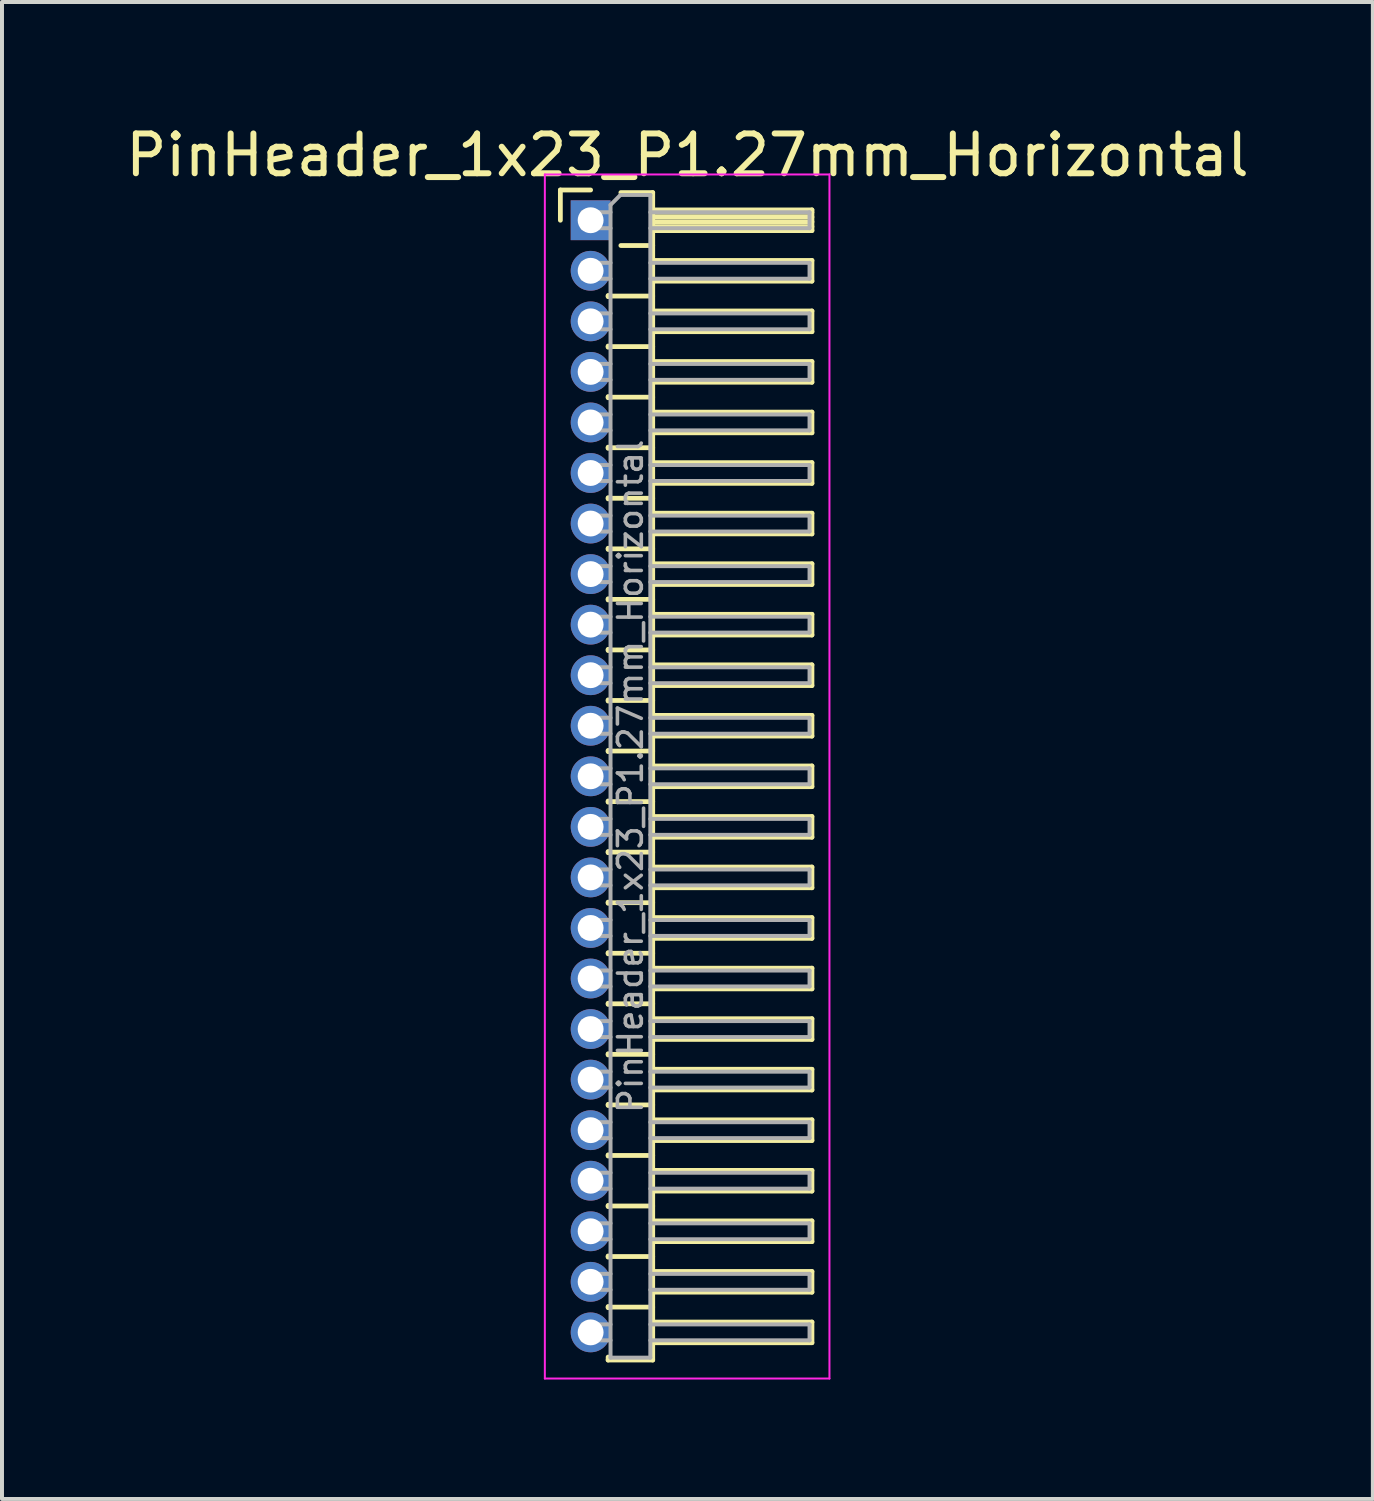
<source format=kicad_pcb>
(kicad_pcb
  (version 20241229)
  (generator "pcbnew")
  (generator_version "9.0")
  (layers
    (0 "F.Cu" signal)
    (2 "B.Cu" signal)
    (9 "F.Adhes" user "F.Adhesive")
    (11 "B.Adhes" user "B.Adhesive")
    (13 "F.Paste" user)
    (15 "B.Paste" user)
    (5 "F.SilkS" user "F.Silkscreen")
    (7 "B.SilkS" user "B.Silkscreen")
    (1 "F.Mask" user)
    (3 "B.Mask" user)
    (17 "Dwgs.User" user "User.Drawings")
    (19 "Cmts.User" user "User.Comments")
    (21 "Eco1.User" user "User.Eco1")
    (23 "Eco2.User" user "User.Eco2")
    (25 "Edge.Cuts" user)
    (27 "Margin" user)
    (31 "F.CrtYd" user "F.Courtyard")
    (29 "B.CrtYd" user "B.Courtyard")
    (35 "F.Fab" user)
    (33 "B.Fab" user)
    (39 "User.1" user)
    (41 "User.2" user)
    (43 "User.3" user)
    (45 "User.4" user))
  (footprint "PinHeader_1x23_P1.27mm_Horizontal"
    (layer "F.Cu")
    (at 11.788 2.483)
    (property "Reference" "PinHeader_1x23_P1.27mm_Horizontal" (at 2.433 -1.635 0) (layer "F.SilkS") (effects (font (size 1 1) (thickness 0.15))))
    (attr through_hole)
    (fp_line (start -0.76 -0.76) (end 0 -0.76) (stroke (width 0.12) (type solid)) (layer "F.SilkS"))
    (fp_line (start -0.76 0) (end -0.76 -0.76) (stroke (width 0.12) (type solid)) (layer "F.SilkS"))
    (fp_line (start 0.44 1.89) (end 0.44 1.92) (stroke (width 0.12) (type solid)) (layer "F.SilkS"))
    (fp_line (start 0.44 1.905) (end 1.56 1.905) (stroke (width 0.12) (type solid)) (layer "F.SilkS"))
    (fp_line (start 0.44 3.16) (end 0.44 3.19) (stroke (width 0.12) (type solid)) (layer "F.SilkS"))
    (fp_line (start 0.44 3.175) (end 1.56 3.175) (stroke (width 0.12) (type solid)) (layer "F.SilkS"))
    (fp_line (start 0.44 4.43) (end 0.44 4.46) (stroke (width 0.12) (type solid)) (layer "F.SilkS"))
    (fp_line (start 0.44 4.445) (end 1.56 4.445) (stroke (width 0.12) (type solid)) (layer "F.SilkS"))
    (fp_line (start 0.44 5.7) (end 0.44 5.73) (stroke (width 0.12) (type solid)) (layer "F.SilkS"))
    (fp_line (start 0.44 5.715) (end 1.56 5.715) (stroke (width 0.12) (type solid)) (layer "F.SilkS"))
    (fp_line (start 0.44 6.97) (end 0.44 7) (stroke (width 0.12) (type solid)) (layer "F.SilkS"))
    (fp_line (start 0.44 6.985) (end 1.56 6.985) (stroke (width 0.12) (type solid)) (layer "F.SilkS"))
    (fp_line (start 0.44 8.24) (end 0.44 8.27) (stroke (width 0.12) (type solid)) (layer "F.SilkS"))
    (fp_line (start 0.44 8.255) (end 1.56 8.255) (stroke (width 0.12) (type solid)) (layer "F.SilkS"))
    (fp_line (start 0.44 9.51) (end 0.44 9.54) (stroke (width 0.12) (type solid)) (layer "F.SilkS"))
    (fp_line (start 0.44 9.525) (end 1.56 9.525) (stroke (width 0.12) (type solid)) (layer "F.SilkS"))
    (fp_line (start 0.44 10.78) (end 0.44 10.81) (stroke (width 0.12) (type solid)) (layer "F.SilkS"))
    (fp_line (start 0.44 10.795) (end 1.56 10.795) (stroke (width 0.12) (type solid)) (layer "F.SilkS"))
    (fp_line (start 0.44 12.05) (end 0.44 12.08) (stroke (width 0.12) (type solid)) (layer "F.SilkS"))
    (fp_line (start 0.44 12.065) (end 1.56 12.065) (stroke (width 0.12) (type solid)) (layer "F.SilkS"))
    (fp_line (start 0.44 13.32) (end 0.44 13.35) (stroke (width 0.12) (type solid)) (layer "F.SilkS"))
    (fp_line (start 0.44 13.335) (end 1.56 13.335) (stroke (width 0.12) (type solid)) (layer "F.SilkS"))
    (fp_line (start 0.44 14.59) (end 0.44 14.62) (stroke (width 0.12) (type solid)) (layer "F.SilkS"))
    (fp_line (start 0.44 14.605) (end 1.56 14.605) (stroke (width 0.12) (type solid)) (layer "F.SilkS"))
    (fp_line (start 0.44 15.86) (end 0.44 15.89) (stroke (width 0.12) (type solid)) (layer "F.SilkS"))
    (fp_line (start 0.44 15.875) (end 1.56 15.875) (stroke (width 0.12) (type solid)) (layer "F.SilkS"))
    (fp_line (start 0.44 17.13) (end 0.44 17.16) (stroke (width 0.12) (type solid)) (layer "F.SilkS"))
    (fp_line (start 0.44 17.145) (end 1.56 17.145) (stroke (width 0.12) (type solid)) (layer "F.SilkS"))
    (fp_line (start 0.44 18.4) (end 0.44 18.43) (stroke (width 0.12) (type solid)) (layer "F.SilkS"))
    (fp_line (start 0.44 18.415) (end 1.56 18.415) (stroke (width 0.12) (type solid)) (layer "F.SilkS"))
    (fp_line (start 0.44 19.67) (end 0.44 19.7) (stroke (width 0.12) (type solid)) (layer "F.SilkS"))
    (fp_line (start 0.44 19.685) (end 1.56 19.685) (stroke (width 0.12) (type solid)) (layer "F.SilkS"))
    (fp_line (start 0.44 20.94) (end 0.44 20.97) (stroke (width 0.12) (type solid)) (layer "F.SilkS"))
    (fp_line (start 0.44 20.955) (end 1.56 20.955) (stroke (width 0.12) (type solid)) (layer "F.SilkS"))
    (fp_line (start 0.44 22.21) (end 0.44 22.24) (stroke (width 0.12) (type solid)) (layer "F.SilkS"))
    (fp_line (start 0.44 22.225) (end 1.56 22.225) (stroke (width 0.12) (type solid)) (layer "F.SilkS"))
    (fp_line (start 0.44 23.48) (end 0.44 23.51) (stroke (width 0.12) (type solid)) (layer "F.SilkS"))
    (fp_line (start 0.44 23.495) (end 1.56 23.495) (stroke (width 0.12) (type solid)) (layer "F.SilkS"))
    (fp_line (start 0.44 24.75) (end 0.44 24.78) (stroke (width 0.12) (type solid)) (layer "F.SilkS"))
    (fp_line (start 0.44 24.765) (end 1.56 24.765) (stroke (width 0.12) (type solid)) (layer "F.SilkS"))
    (fp_line (start 0.44 26.02) (end 0.44 26.05) (stroke (width 0.12) (type solid)) (layer "F.SilkS"))
    (fp_line (start 0.44 26.035) (end 1.56 26.035) (stroke (width 0.12) (type solid)) (layer "F.SilkS"))
    (fp_line (start 0.44 27.29) (end 0.44 27.32) (stroke (width 0.12) (type solid)) (layer "F.SilkS"))
    (fp_line (start 0.44 27.305) (end 1.56 27.305) (stroke (width 0.12) (type solid)) (layer "F.SilkS"))
    (fp_line (start 0.44 28.635) (end 0.44 28.56) (stroke (width 0.12) (type solid)) (layer "F.SilkS"))
    (fp_line (start 0.76 -0.695) (end 1.56 -0.695) (stroke (width 0.12) (type solid)) (layer "F.SilkS"))
    (fp_line (start 0.76 0.635) (end 1.56 0.635) (stroke (width 0.12) (type solid)) (layer "F.SilkS"))
    (fp_line (start 1.56 -0.695) (end 1.56 28.635) (stroke (width 0.12) (type solid)) (layer "F.SilkS"))
    (fp_line (start 1.56 -0.26) (end 5.56 -0.26) (stroke (width 0.12) (type solid)) (layer "F.SilkS"))
    (fp_line (start 1.56 -0.2) (end 5.56 -0.2) (stroke (width 0.12) (type solid)) (layer "F.SilkS"))
    (fp_line (start 1.56 -0.08) (end 5.56 -0.08) (stroke (width 0.12) (type solid)) (layer "F.SilkS"))
    (fp_line (start 1.56 0.04) (end 5.56 0.04) (stroke (width 0.12) (type solid)) (layer "F.SilkS"))
    (fp_line (start 1.56 0.16) (end 5.56 0.16) (stroke (width 0.12) (type solid)) (layer "F.SilkS"))
    (fp_line (start 1.56 1.01) (end 5.56 1.01) (stroke (width 0.12) (type solid)) (layer "F.SilkS"))
    (fp_line (start 1.56 2.28) (end 5.56 2.28) (stroke (width 0.12) (type solid)) (layer "F.SilkS"))
    (fp_line (start 1.56 3.55) (end 5.56 3.55) (stroke (width 0.12) (type solid)) (layer "F.SilkS"))
    (fp_line (start 1.56 4.82) (end 5.56 4.82) (stroke (width 0.12) (type solid)) (layer "F.SilkS"))
    (fp_line (start 1.56 6.09) (end 5.56 6.09) (stroke (width 0.12) (type solid)) (layer "F.SilkS"))
    (fp_line (start 1.56 7.36) (end 5.56 7.36) (stroke (width 0.12) (type solid)) (layer "F.SilkS"))
    (fp_line (start 1.56 8.63) (end 5.56 8.63) (stroke (width 0.12) (type solid)) (layer "F.SilkS"))
    (fp_line (start 1.56 9.9) (end 5.56 9.9) (stroke (width 0.12) (type solid)) (layer "F.SilkS"))
    (fp_line (start 1.56 11.17) (end 5.56 11.17) (stroke (width 0.12) (type solid)) (layer "F.SilkS"))
    (fp_line (start 1.56 12.44) (end 5.56 12.44) (stroke (width 0.12) (type solid)) (layer "F.SilkS"))
    (fp_line (start 1.56 13.71) (end 5.56 13.71) (stroke (width 0.12) (type solid)) (layer "F.SilkS"))
    (fp_line (start 1.56 14.98) (end 5.56 14.98) (stroke (width 0.12) (type solid)) (layer "F.SilkS"))
    (fp_line (start 1.56 16.25) (end 5.56 16.25) (stroke (width 0.12) (type solid)) (layer "F.SilkS"))
    (fp_line (start 1.56 17.52) (end 5.56 17.52) (stroke (width 0.12) (type solid)) (layer "F.SilkS"))
    (fp_line (start 1.56 18.79) (end 5.56 18.79) (stroke (width 0.12) (type solid)) (layer "F.SilkS"))
    (fp_line (start 1.56 20.06) (end 5.56 20.06) (stroke (width 0.12) (type solid)) (layer "F.SilkS"))
    (fp_line (start 1.56 21.33) (end 5.56 21.33) (stroke (width 0.12) (type solid)) (layer "F.SilkS"))
    (fp_line (start 1.56 22.6) (end 5.56 22.6) (stroke (width 0.12) (type solid)) (layer "F.SilkS"))
    (fp_line (start 1.56 23.87) (end 5.56 23.87) (stroke (width 0.12) (type solid)) (layer "F.SilkS"))
    (fp_line (start 1.56 25.14) (end 5.56 25.14) (stroke (width 0.12) (type solid)) (layer "F.SilkS"))
    (fp_line (start 1.56 26.41) (end 5.56 26.41) (stroke (width 0.12) (type solid)) (layer "F.SilkS"))
    (fp_line (start 1.56 27.68) (end 5.56 27.68) (stroke (width 0.12) (type solid)) (layer "F.SilkS"))
    (fp_line (start 1.56 28.635) (end 0.44 28.635) (stroke (width 0.12) (type solid)) (layer "F.SilkS"))
    (fp_line (start 5.56 -0.26) (end 5.56 0.26) (stroke (width 0.12) (type solid)) (layer "F.SilkS"))
    (fp_line (start 5.56 0.26) (end 1.56 0.26) (stroke (width 0.12) (type solid)) (layer "F.SilkS"))
    (fp_line (start 5.56 1.01) (end 5.56 1.53) (stroke (width 0.12) (type solid)) (layer "F.SilkS"))
    (fp_line (start 5.56 1.53) (end 1.56 1.53) (stroke (width 0.12) (type solid)) (layer "F.SilkS"))
    (fp_line (start 5.56 2.28) (end 5.56 2.8) (stroke (width 0.12) (type solid)) (layer "F.SilkS"))
    (fp_line (start 5.56 2.8) (end 1.56 2.8) (stroke (width 0.12) (type solid)) (layer "F.SilkS"))
    (fp_line (start 5.56 3.55) (end 5.56 4.07) (stroke (width 0.12) (type solid)) (layer "F.SilkS"))
    (fp_line (start 5.56 4.07) (end 1.56 4.07) (stroke (width 0.12) (type solid)) (layer "F.SilkS"))
    (fp_line (start 5.56 4.82) (end 5.56 5.34) (stroke (width 0.12) (type solid)) (layer "F.SilkS"))
    (fp_line (start 5.56 5.34) (end 1.56 5.34) (stroke (width 0.12) (type solid)) (layer "F.SilkS"))
    (fp_line (start 5.56 6.09) (end 5.56 6.61) (stroke (width 0.12) (type solid)) (layer "F.SilkS"))
    (fp_line (start 5.56 6.61) (end 1.56 6.61) (stroke (width 0.12) (type solid)) (layer "F.SilkS"))
    (fp_line (start 5.56 7.36) (end 5.56 7.88) (stroke (width 0.12) (type solid)) (layer "F.SilkS"))
    (fp_line (start 5.56 7.88) (end 1.56 7.88) (stroke (width 0.12) (type solid)) (layer "F.SilkS"))
    (fp_line (start 5.56 8.63) (end 5.56 9.15) (stroke (width 0.12) (type solid)) (layer "F.SilkS"))
    (fp_line (start 5.56 9.15) (end 1.56 9.15) (stroke (width 0.12) (type solid)) (layer "F.SilkS"))
    (fp_line (start 5.56 9.9) (end 5.56 10.42) (stroke (width 0.12) (type solid)) (layer "F.SilkS"))
    (fp_line (start 5.56 10.42) (end 1.56 10.42) (stroke (width 0.12) (type solid)) (layer "F.SilkS"))
    (fp_line (start 5.56 11.17) (end 5.56 11.69) (stroke (width 0.12) (type solid)) (layer "F.SilkS"))
    (fp_line (start 5.56 11.69) (end 1.56 11.69) (stroke (width 0.12) (type solid)) (layer "F.SilkS"))
    (fp_line (start 5.56 12.44) (end 5.56 12.96) (stroke (width 0.12) (type solid)) (layer "F.SilkS"))
    (fp_line (start 5.56 12.96) (end 1.56 12.96) (stroke (width 0.12) (type solid)) (layer "F.SilkS"))
    (fp_line (start 5.56 13.71) (end 5.56 14.23) (stroke (width 0.12) (type solid)) (layer "F.SilkS"))
    (fp_line (start 5.56 14.23) (end 1.56 14.23) (stroke (width 0.12) (type solid)) (layer "F.SilkS"))
    (fp_line (start 5.56 14.98) (end 5.56 15.5) (stroke (width 0.12) (type solid)) (layer "F.SilkS"))
    (fp_line (start 5.56 15.5) (end 1.56 15.5) (stroke (width 0.12) (type solid)) (layer "F.SilkS"))
    (fp_line (start 5.56 16.25) (end 5.56 16.77) (stroke (width 0.12) (type solid)) (layer "F.SilkS"))
    (fp_line (start 5.56 16.77) (end 1.56 16.77) (stroke (width 0.12) (type solid)) (layer "F.SilkS"))
    (fp_line (start 5.56 17.52) (end 5.56 18.04) (stroke (width 0.12) (type solid)) (layer "F.SilkS"))
    (fp_line (start 5.56 18.04) (end 1.56 18.04) (stroke (width 0.12) (type solid)) (layer "F.SilkS"))
    (fp_line (start 5.56 18.79) (end 5.56 19.31) (stroke (width 0.12) (type solid)) (layer "F.SilkS"))
    (fp_line (start 5.56 19.31) (end 1.56 19.31) (stroke (width 0.12) (type solid)) (layer "F.SilkS"))
    (fp_line (start 5.56 20.06) (end 5.56 20.58) (stroke (width 0.12) (type solid)) (layer "F.SilkS"))
    (fp_line (start 5.56 20.58) (end 1.56 20.58) (stroke (width 0.12) (type solid)) (layer "F.SilkS"))
    (fp_line (start 5.56 21.33) (end 5.56 21.85) (stroke (width 0.12) (type solid)) (layer "F.SilkS"))
    (fp_line (start 5.56 21.85) (end 1.56 21.85) (stroke (width 0.12) (type solid)) (layer "F.SilkS"))
    (fp_line (start 5.56 22.6) (end 5.56 23.12) (stroke (width 0.12) (type solid)) (layer "F.SilkS"))
    (fp_line (start 5.56 23.12) (end 1.56 23.12) (stroke (width 0.12) (type solid)) (layer "F.SilkS"))
    (fp_line (start 5.56 23.87) (end 5.56 24.39) (stroke (width 0.12) (type solid)) (layer "F.SilkS"))
    (fp_line (start 5.56 24.39) (end 1.56 24.39) (stroke (width 0.12) (type solid)) (layer "F.SilkS"))
    (fp_line (start 5.56 25.14) (end 5.56 25.66) (stroke (width 0.12) (type solid)) (layer "F.SilkS"))
    (fp_line (start 5.56 25.66) (end 1.56 25.66) (stroke (width 0.12) (type solid)) (layer "F.SilkS"))
    (fp_line (start 5.56 26.41) (end 5.56 26.93) (stroke (width 0.12) (type solid)) (layer "F.SilkS"))
    (fp_line (start 5.56 26.93) (end 1.56 26.93) (stroke (width 0.12) (type solid)) (layer "F.SilkS"))
    (fp_line (start 5.56 27.68) (end 5.56 28.2) (stroke (width 0.12) (type solid)) (layer "F.SilkS"))
    (fp_line (start 5.56 28.2) (end 1.56 28.2) (stroke (width 0.12) (type solid)) (layer "F.SilkS"))
    (fp_line (start -1.15 -1.15) (end -1.15 29.1) (stroke (width 0.05) (type solid)) (layer "F.CrtYd"))
    (fp_line (start -1.15 29.1) (end 6 29.1) (stroke (width 0.05) (type solid)) (layer "F.CrtYd"))
    (fp_line (start 6 -1.15) (end -1.15 -1.15) (stroke (width 0.05) (type solid)) (layer "F.CrtYd"))
    (fp_line (start 6 29.1) (end 6 -1.15) (stroke (width 0.05) (type solid)) (layer "F.CrtYd"))
    (fp_line (start -0.2 -0.2) (end -0.2 0.2) (stroke (width 0.1) (type solid)) (layer "F.Fab"))
    (fp_line (start -0.2 -0.2) (end 0.5 -0.2) (stroke (width 0.1) (type solid)) (layer "F.Fab"))
    (fp_line (start -0.2 0.2) (end 0.5 0.2) (stroke (width 0.1) (type solid)) (layer "F.Fab"))
    (fp_line (start -0.2 1.07) (end -0.2 1.47) (stroke (width 0.1) (type solid)) (layer "F.Fab"))
    (fp_line (start -0.2 1.07) (end 0.5 1.07) (stroke (width 0.1) (type solid)) (layer "F.Fab"))
    (fp_line (start -0.2 1.47) (end 0.5 1.47) (stroke (width 0.1) (type solid)) (layer "F.Fab"))
    (fp_line (start -0.2 2.34) (end -0.2 2.74) (stroke (width 0.1) (type solid)) (layer "F.Fab"))
    (fp_line (start -0.2 2.34) (end 0.5 2.34) (stroke (width 0.1) (type solid)) (layer "F.Fab"))
    (fp_line (start -0.2 2.74) (end 0.5 2.74) (stroke (width 0.1) (type solid)) (layer "F.Fab"))
    (fp_line (start -0.2 3.61) (end -0.2 4.01) (stroke (width 0.1) (type solid)) (layer "F.Fab"))
    (fp_line (start -0.2 3.61) (end 0.5 3.61) (stroke (width 0.1) (type solid)) (layer "F.Fab"))
    (fp_line (start -0.2 4.01) (end 0.5 4.01) (stroke (width 0.1) (type solid)) (layer "F.Fab"))
    (fp_line (start -0.2 4.88) (end -0.2 5.28) (stroke (width 0.1) (type solid)) (layer "F.Fab"))
    (fp_line (start -0.2 4.88) (end 0.5 4.88) (stroke (width 0.1) (type solid)) (layer "F.Fab"))
    (fp_line (start -0.2 5.28) (end 0.5 5.28) (stroke (width 0.1) (type solid)) (layer "F.Fab"))
    (fp_line (start -0.2 6.15) (end -0.2 6.55) (stroke (width 0.1) (type solid)) (layer "F.Fab"))
    (fp_line (start -0.2 6.15) (end 0.5 6.15) (stroke (width 0.1) (type solid)) (layer "F.Fab"))
    (fp_line (start -0.2 6.55) (end 0.5 6.55) (stroke (width 0.1) (type solid)) (layer "F.Fab"))
    (fp_line (start -0.2 7.42) (end -0.2 7.82) (stroke (width 0.1) (type solid)) (layer "F.Fab"))
    (fp_line (start -0.2 7.42) (end 0.5 7.42) (stroke (width 0.1) (type solid)) (layer "F.Fab"))
    (fp_line (start -0.2 7.82) (end 0.5 7.82) (stroke (width 0.1) (type solid)) (layer "F.Fab"))
    (fp_line (start -0.2 8.69) (end -0.2 9.09) (stroke (width 0.1) (type solid)) (layer "F.Fab"))
    (fp_line (start -0.2 8.69) (end 0.5 8.69) (stroke (width 0.1) (type solid)) (layer "F.Fab"))
    (fp_line (start -0.2 9.09) (end 0.5 9.09) (stroke (width 0.1) (type solid)) (layer "F.Fab"))
    (fp_line (start -0.2 9.96) (end -0.2 10.36) (stroke (width 0.1) (type solid)) (layer "F.Fab"))
    (fp_line (start -0.2 9.96) (end 0.5 9.96) (stroke (width 0.1) (type solid)) (layer "F.Fab"))
    (fp_line (start -0.2 10.36) (end 0.5 10.36) (stroke (width 0.1) (type solid)) (layer "F.Fab"))
    (fp_line (start -0.2 11.23) (end -0.2 11.63) (stroke (width 0.1) (type solid)) (layer "F.Fab"))
    (fp_line (start -0.2 11.23) (end 0.5 11.23) (stroke (width 0.1) (type solid)) (layer "F.Fab"))
    (fp_line (start -0.2 11.63) (end 0.5 11.63) (stroke (width 0.1) (type solid)) (layer "F.Fab"))
    (fp_line (start -0.2 12.5) (end -0.2 12.9) (stroke (width 0.1) (type solid)) (layer "F.Fab"))
    (fp_line (start -0.2 12.5) (end 0.5 12.5) (stroke (width 0.1) (type solid)) (layer "F.Fab"))
    (fp_line (start -0.2 12.9) (end 0.5 12.9) (stroke (width 0.1) (type solid)) (layer "F.Fab"))
    (fp_line (start -0.2 13.77) (end -0.2 14.17) (stroke (width 0.1) (type solid)) (layer "F.Fab"))
    (fp_line (start -0.2 13.77) (end 0.5 13.77) (stroke (width 0.1) (type solid)) (layer "F.Fab"))
    (fp_line (start -0.2 14.17) (end 0.5 14.17) (stroke (width 0.1) (type solid)) (layer "F.Fab"))
    (fp_line (start -0.2 15.04) (end -0.2 15.44) (stroke (width 0.1) (type solid)) (layer "F.Fab"))
    (fp_line (start -0.2 15.04) (end 0.5 15.04) (stroke (width 0.1) (type solid)) (layer "F.Fab"))
    (fp_line (start -0.2 15.44) (end 0.5 15.44) (stroke (width 0.1) (type solid)) (layer "F.Fab"))
    (fp_line (start -0.2 16.31) (end -0.2 16.71) (stroke (width 0.1) (type solid)) (layer "F.Fab"))
    (fp_line (start -0.2 16.31) (end 0.5 16.31) (stroke (width 0.1) (type solid)) (layer "F.Fab"))
    (fp_line (start -0.2 16.71) (end 0.5 16.71) (stroke (width 0.1) (type solid)) (layer "F.Fab"))
    (fp_line (start -0.2 17.58) (end -0.2 17.98) (stroke (width 0.1) (type solid)) (layer "F.Fab"))
    (fp_line (start -0.2 17.58) (end 0.5 17.58) (stroke (width 0.1) (type solid)) (layer "F.Fab"))
    (fp_line (start -0.2 17.98) (end 0.5 17.98) (stroke (width 0.1) (type solid)) (layer "F.Fab"))
    (fp_line (start -0.2 18.85) (end -0.2 19.25) (stroke (width 0.1) (type solid)) (layer "F.Fab"))
    (fp_line (start -0.2 18.85) (end 0.5 18.85) (stroke (width 0.1) (type solid)) (layer "F.Fab"))
    (fp_line (start -0.2 19.25) (end 0.5 19.25) (stroke (width 0.1) (type solid)) (layer "F.Fab"))
    (fp_line (start -0.2 20.12) (end -0.2 20.52) (stroke (width 0.1) (type solid)) (layer "F.Fab"))
    (fp_line (start -0.2 20.12) (end 0.5 20.12) (stroke (width 0.1) (type solid)) (layer "F.Fab"))
    (fp_line (start -0.2 20.52) (end 0.5 20.52) (stroke (width 0.1) (type solid)) (layer "F.Fab"))
    (fp_line (start -0.2 21.39) (end -0.2 21.79) (stroke (width 0.1) (type solid)) (layer "F.Fab"))
    (fp_line (start -0.2 21.39) (end 0.5 21.39) (stroke (width 0.1) (type solid)) (layer "F.Fab"))
    (fp_line (start -0.2 21.79) (end 0.5 21.79) (stroke (width 0.1) (type solid)) (layer "F.Fab"))
    (fp_line (start -0.2 22.66) (end -0.2 23.06) (stroke (width 0.1) (type solid)) (layer "F.Fab"))
    (fp_line (start -0.2 22.66) (end 0.5 22.66) (stroke (width 0.1) (type solid)) (layer "F.Fab"))
    (fp_line (start -0.2 23.06) (end 0.5 23.06) (stroke (width 0.1) (type solid)) (layer "F.Fab"))
    (fp_line (start -0.2 23.93) (end -0.2 24.33) (stroke (width 0.1) (type solid)) (layer "F.Fab"))
    (fp_line (start -0.2 23.93) (end 0.5 23.93) (stroke (width 0.1) (type solid)) (layer "F.Fab"))
    (fp_line (start -0.2 24.33) (end 0.5 24.33) (stroke (width 0.1) (type solid)) (layer "F.Fab"))
    (fp_line (start -0.2 25.2) (end -0.2 25.6) (stroke (width 0.1) (type solid)) (layer "F.Fab"))
    (fp_line (start -0.2 25.2) (end 0.5 25.2) (stroke (width 0.1) (type solid)) (layer "F.Fab"))
    (fp_line (start -0.2 25.6) (end 0.5 25.6) (stroke (width 0.1) (type solid)) (layer "F.Fab"))
    (fp_line (start -0.2 26.47) (end -0.2 26.87) (stroke (width 0.1) (type solid)) (layer "F.Fab"))
    (fp_line (start -0.2 26.47) (end 0.5 26.47) (stroke (width 0.1) (type solid)) (layer "F.Fab"))
    (fp_line (start -0.2 26.87) (end 0.5 26.87) (stroke (width 0.1) (type solid)) (layer "F.Fab"))
    (fp_line (start -0.2 27.74) (end -0.2 28.14) (stroke (width 0.1) (type solid)) (layer "F.Fab"))
    (fp_line (start -0.2 27.74) (end 0.5 27.74) (stroke (width 0.1) (type solid)) (layer "F.Fab"))
    (fp_line (start -0.2 28.14) (end 0.5 28.14) (stroke (width 0.1) (type solid)) (layer "F.Fab"))
    (fp_line (start 0.5 -0.385) (end 0.75 -0.635) (stroke (width 0.1) (type solid)) (layer "F.Fab"))
    (fp_line (start 0.5 28.575) (end 0.5 -0.385) (stroke (width 0.1) (type solid)) (layer "F.Fab"))
    (fp_line (start 0.75 -0.635) (end 1.5 -0.635) (stroke (width 0.1) (type solid)) (layer "F.Fab"))
    (fp_line (start 1.5 -0.635) (end 1.5 28.575) (stroke (width 0.1) (type solid)) (layer "F.Fab"))
    (fp_line (start 1.5 -0.2) (end 5.5 -0.2) (stroke (width 0.1) (type solid)) (layer "F.Fab"))
    (fp_line (start 1.5 0.2) (end 5.5 0.2) (stroke (width 0.1) (type solid)) (layer "F.Fab"))
    (fp_line (start 1.5 1.07) (end 5.5 1.07) (stroke (width 0.1) (type solid)) (layer "F.Fab"))
    (fp_line (start 1.5 1.47) (end 5.5 1.47) (stroke (width 0.1) (type solid)) (layer "F.Fab"))
    (fp_line (start 1.5 2.34) (end 5.5 2.34) (stroke (width 0.1) (type solid)) (layer "F.Fab"))
    (fp_line (start 1.5 2.74) (end 5.5 2.74) (stroke (width 0.1) (type solid)) (layer "F.Fab"))
    (fp_line (start 1.5 3.61) (end 5.5 3.61) (stroke (width 0.1) (type solid)) (layer "F.Fab"))
    (fp_line (start 1.5 4.01) (end 5.5 4.01) (stroke (width 0.1) (type solid)) (layer "F.Fab"))
    (fp_line (start 1.5 4.88) (end 5.5 4.88) (stroke (width 0.1) (type solid)) (layer "F.Fab"))
    (fp_line (start 1.5 5.28) (end 5.5 5.28) (stroke (width 0.1) (type solid)) (layer "F.Fab"))
    (fp_line (start 1.5 6.15) (end 5.5 6.15) (stroke (width 0.1) (type solid)) (layer "F.Fab"))
    (fp_line (start 1.5 6.55) (end 5.5 6.55) (stroke (width 0.1) (type solid)) (layer "F.Fab"))
    (fp_line (start 1.5 7.42) (end 5.5 7.42) (stroke (width 0.1) (type solid)) (layer "F.Fab"))
    (fp_line (start 1.5 7.82) (end 5.5 7.82) (stroke (width 0.1) (type solid)) (layer "F.Fab"))
    (fp_line (start 1.5 8.69) (end 5.5 8.69) (stroke (width 0.1) (type solid)) (layer "F.Fab"))
    (fp_line (start 1.5 9.09) (end 5.5 9.09) (stroke (width 0.1) (type solid)) (layer "F.Fab"))
    (fp_line (start 1.5 9.96) (end 5.5 9.96) (stroke (width 0.1) (type solid)) (layer "F.Fab"))
    (fp_line (start 1.5 10.36) (end 5.5 10.36) (stroke (width 0.1) (type solid)) (layer "F.Fab"))
    (fp_line (start 1.5 11.23) (end 5.5 11.23) (stroke (width 0.1) (type solid)) (layer "F.Fab"))
    (fp_line (start 1.5 11.63) (end 5.5 11.63) (stroke (width 0.1) (type solid)) (layer "F.Fab"))
    (fp_line (start 1.5 12.5) (end 5.5 12.5) (stroke (width 0.1) (type solid)) (layer "F.Fab"))
    (fp_line (start 1.5 12.9) (end 5.5 12.9) (stroke (width 0.1) (type solid)) (layer "F.Fab"))
    (fp_line (start 1.5 13.77) (end 5.5 13.77) (stroke (width 0.1) (type solid)) (layer "F.Fab"))
    (fp_line (start 1.5 14.17) (end 5.5 14.17) (stroke (width 0.1) (type solid)) (layer "F.Fab"))
    (fp_line (start 1.5 15.04) (end 5.5 15.04) (stroke (width 0.1) (type solid)) (layer "F.Fab"))
    (fp_line (start 1.5 15.44) (end 5.5 15.44) (stroke (width 0.1) (type solid)) (layer "F.Fab"))
    (fp_line (start 1.5 16.31) (end 5.5 16.31) (stroke (width 0.1) (type solid)) (layer "F.Fab"))
    (fp_line (start 1.5 16.71) (end 5.5 16.71) (stroke (width 0.1) (type solid)) (layer "F.Fab"))
    (fp_line (start 1.5 17.58) (end 5.5 17.58) (stroke (width 0.1) (type solid)) (layer "F.Fab"))
    (fp_line (start 1.5 17.98) (end 5.5 17.98) (stroke (width 0.1) (type solid)) (layer "F.Fab"))
    (fp_line (start 1.5 18.85) (end 5.5 18.85) (stroke (width 0.1) (type solid)) (layer "F.Fab"))
    (fp_line (start 1.5 19.25) (end 5.5 19.25) (stroke (width 0.1) (type solid)) (layer "F.Fab"))
    (fp_line (start 1.5 20.12) (end 5.5 20.12) (stroke (width 0.1) (type solid)) (layer "F.Fab"))
    (fp_line (start 1.5 20.52) (end 5.5 20.52) (stroke (width 0.1) (type solid)) (layer "F.Fab"))
    (fp_line (start 1.5 21.39) (end 5.5 21.39) (stroke (width 0.1) (type solid)) (layer "F.Fab"))
    (fp_line (start 1.5 21.79) (end 5.5 21.79) (stroke (width 0.1) (type solid)) (layer "F.Fab"))
    (fp_line (start 1.5 22.66) (end 5.5 22.66) (stroke (width 0.1) (type solid)) (layer "F.Fab"))
    (fp_line (start 1.5 23.06) (end 5.5 23.06) (stroke (width 0.1) (type solid)) (layer "F.Fab"))
    (fp_line (start 1.5 23.93) (end 5.5 23.93) (stroke (width 0.1) (type solid)) (layer "F.Fab"))
    (fp_line (start 1.5 24.33) (end 5.5 24.33) (stroke (width 0.1) (type solid)) (layer "F.Fab"))
    (fp_line (start 1.5 25.2) (end 5.5 25.2) (stroke (width 0.1) (type solid)) (layer "F.Fab"))
    (fp_line (start 1.5 25.6) (end 5.5 25.6) (stroke (width 0.1) (type solid)) (layer "F.Fab"))
    (fp_line (start 1.5 26.47) (end 5.5 26.47) (stroke (width 0.1) (type solid)) (layer "F.Fab"))
    (fp_line (start 1.5 26.87) (end 5.5 26.87) (stroke (width 0.1) (type solid)) (layer "F.Fab"))
    (fp_line (start 1.5 27.74) (end 5.5 27.74) (stroke (width 0.1) (type solid)) (layer "F.Fab"))
    (fp_line (start 1.5 28.14) (end 5.5 28.14) (stroke (width 0.1) (type solid)) (layer "F.Fab"))
    (fp_line (start 1.5 28.575) (end 0.5 28.575) (stroke (width 0.1) (type solid)) (layer "F.Fab"))
    (fp_line (start 5.5 -0.2) (end 5.5 0.2) (stroke (width 0.1) (type solid)) (layer "F.Fab"))
    (fp_line (start 5.5 1.07) (end 5.5 1.47) (stroke (width 0.1) (type solid)) (layer "F.Fab"))
    (fp_line (start 5.5 2.34) (end 5.5 2.74) (stroke (width 0.1) (type solid)) (layer "F.Fab"))
    (fp_line (start 5.5 3.61) (end 5.5 4.01) (stroke (width 0.1) (type solid)) (layer "F.Fab"))
    (fp_line (start 5.5 4.88) (end 5.5 5.28) (stroke (width 0.1) (type solid)) (layer "F.Fab"))
    (fp_line (start 5.5 6.15) (end 5.5 6.55) (stroke (width 0.1) (type solid)) (layer "F.Fab"))
    (fp_line (start 5.5 7.42) (end 5.5 7.82) (stroke (width 0.1) (type solid)) (layer "F.Fab"))
    (fp_line (start 5.5 8.69) (end 5.5 9.09) (stroke (width 0.1) (type solid)) (layer "F.Fab"))
    (fp_line (start 5.5 9.96) (end 5.5 10.36) (stroke (width 0.1) (type solid)) (layer "F.Fab"))
    (fp_line (start 5.5 11.23) (end 5.5 11.63) (stroke (width 0.1) (type solid)) (layer "F.Fab"))
    (fp_line (start 5.5 12.5) (end 5.5 12.9) (stroke (width 0.1) (type solid)) (layer "F.Fab"))
    (fp_line (start 5.5 13.77) (end 5.5 14.17) (stroke (width 0.1) (type solid)) (layer "F.Fab"))
    (fp_line (start 5.5 15.04) (end 5.5 15.44) (stroke (width 0.1) (type solid)) (layer "F.Fab"))
    (fp_line (start 5.5 16.31) (end 5.5 16.71) (stroke (width 0.1) (type solid)) (layer "F.Fab"))
    (fp_line (start 5.5 17.58) (end 5.5 17.98) (stroke (width 0.1) (type solid)) (layer "F.Fab"))
    (fp_line (start 5.5 18.85) (end 5.5 19.25) (stroke (width 0.1) (type solid)) (layer "F.Fab"))
    (fp_line (start 5.5 20.12) (end 5.5 20.52) (stroke (width 0.1) (type solid)) (layer "F.Fab"))
    (fp_line (start 5.5 21.39) (end 5.5 21.79) (stroke (width 0.1) (type solid)) (layer "F.Fab"))
    (fp_line (start 5.5 22.66) (end 5.5 23.06) (stroke (width 0.1) (type solid)) (layer "F.Fab"))
    (fp_line (start 5.5 23.93) (end 5.5 24.33) (stroke (width 0.1) (type solid)) (layer "F.Fab"))
    (fp_line (start 5.5 25.2) (end 5.5 25.6) (stroke (width 0.1) (type solid)) (layer "F.Fab"))
    (fp_line (start 5.5 26.47) (end 5.5 26.87) (stroke (width 0.1) (type solid)) (layer "F.Fab"))
    (fp_line (start 5.5 27.74) (end 5.5 28.14) (stroke (width 0.1) (type solid)) (layer "F.Fab"))
    (fp_text user "${REFERENCE}" (at 1 13.97 90) (layer "F.Fab") (effects (font (size 0.6 0.6) (thickness 0.09))))
    (pad "1" thru_hole rect (at 0 0) (size 1 1) (drill 0.65) (layers "*.Cu" "*.Mask"))
    (pad "2" thru_hole oval (at 0 1.27) (size 1 1) (drill 0.65) (layers "*.Cu" "*.Mask"))
    (pad "3" thru_hole oval (at 0 2.54) (size 1 1) (drill 0.65) (layers "*.Cu" "*.Mask"))
    (pad "4" thru_hole oval (at 0 3.81) (size 1 1) (drill 0.65) (layers "*.Cu" "*.Mask"))
    (pad "5" thru_hole oval (at 0 5.08) (size 1 1) (drill 0.65) (layers "*.Cu" "*.Mask"))
    (pad "6" thru_hole oval (at 0 6.35) (size 1 1) (drill 0.65) (layers "*.Cu" "*.Mask"))
    (pad "7" thru_hole oval (at 0 7.62) (size 1 1) (drill 0.65) (layers "*.Cu" "*.Mask"))
    (pad "8" thru_hole oval (at 0 8.89) (size 1 1) (drill 0.65) (layers "*.Cu" "*.Mask"))
    (pad "9" thru_hole oval (at 0 10.16) (size 1 1) (drill 0.65) (layers "*.Cu" "*.Mask"))
    (pad "10" thru_hole oval (at 0 11.43) (size 1 1) (drill 0.65) (layers "*.Cu" "*.Mask"))
    (pad "11" thru_hole oval (at 0 12.7) (size 1 1) (drill 0.65) (layers "*.Cu" "*.Mask"))
    (pad "12" thru_hole oval (at 0 13.97) (size 1 1) (drill 0.65) (layers "*.Cu" "*.Mask"))
    (pad "13" thru_hole oval (at 0 15.24) (size 1 1) (drill 0.65) (layers "*.Cu" "*.Mask"))
    (pad "14" thru_hole oval (at 0 16.51) (size 1 1) (drill 0.65) (layers "*.Cu" "*.Mask"))
    (pad "15" thru_hole oval (at 0 17.78) (size 1 1) (drill 0.65) (layers "*.Cu" "*.Mask"))
    (pad "16" thru_hole oval (at 0 19.05) (size 1 1) (drill 0.65) (layers "*.Cu" "*.Mask"))
    (pad "17" thru_hole oval (at 0 20.32) (size 1 1) (drill 0.65) (layers "*.Cu" "*.Mask"))
    (pad "18" thru_hole oval (at 0 21.59) (size 1 1) (drill 0.65) (layers "*.Cu" "*.Mask"))
    (pad "19" thru_hole oval (at 0 22.86) (size 1 1) (drill 0.65) (layers "*.Cu" "*.Mask"))
    (pad "20" thru_hole oval (at 0 24.13) (size 1 1) (drill 0.65) (layers "*.Cu" "*.Mask"))
    (pad "21" thru_hole oval (at 0 25.4) (size 1 1) (drill 0.65) (layers "*.Cu" "*.Mask"))
    (pad "22" thru_hole oval (at 0 26.67) (size 1 1) (drill 0.65) (layers "*.Cu" "*.Mask"))
    (pad "23" thru_hole oval (at 0 27.94) (size 1 1) (drill 0.65) (layers "*.Cu" "*.Mask")))
  (gr_rect
    (start -3 -3)
    (end 31.44 34.608)
    (stroke (width 0.1) (type default))
    (fill no)
    (layer "Edge.Cuts")))
</source>
